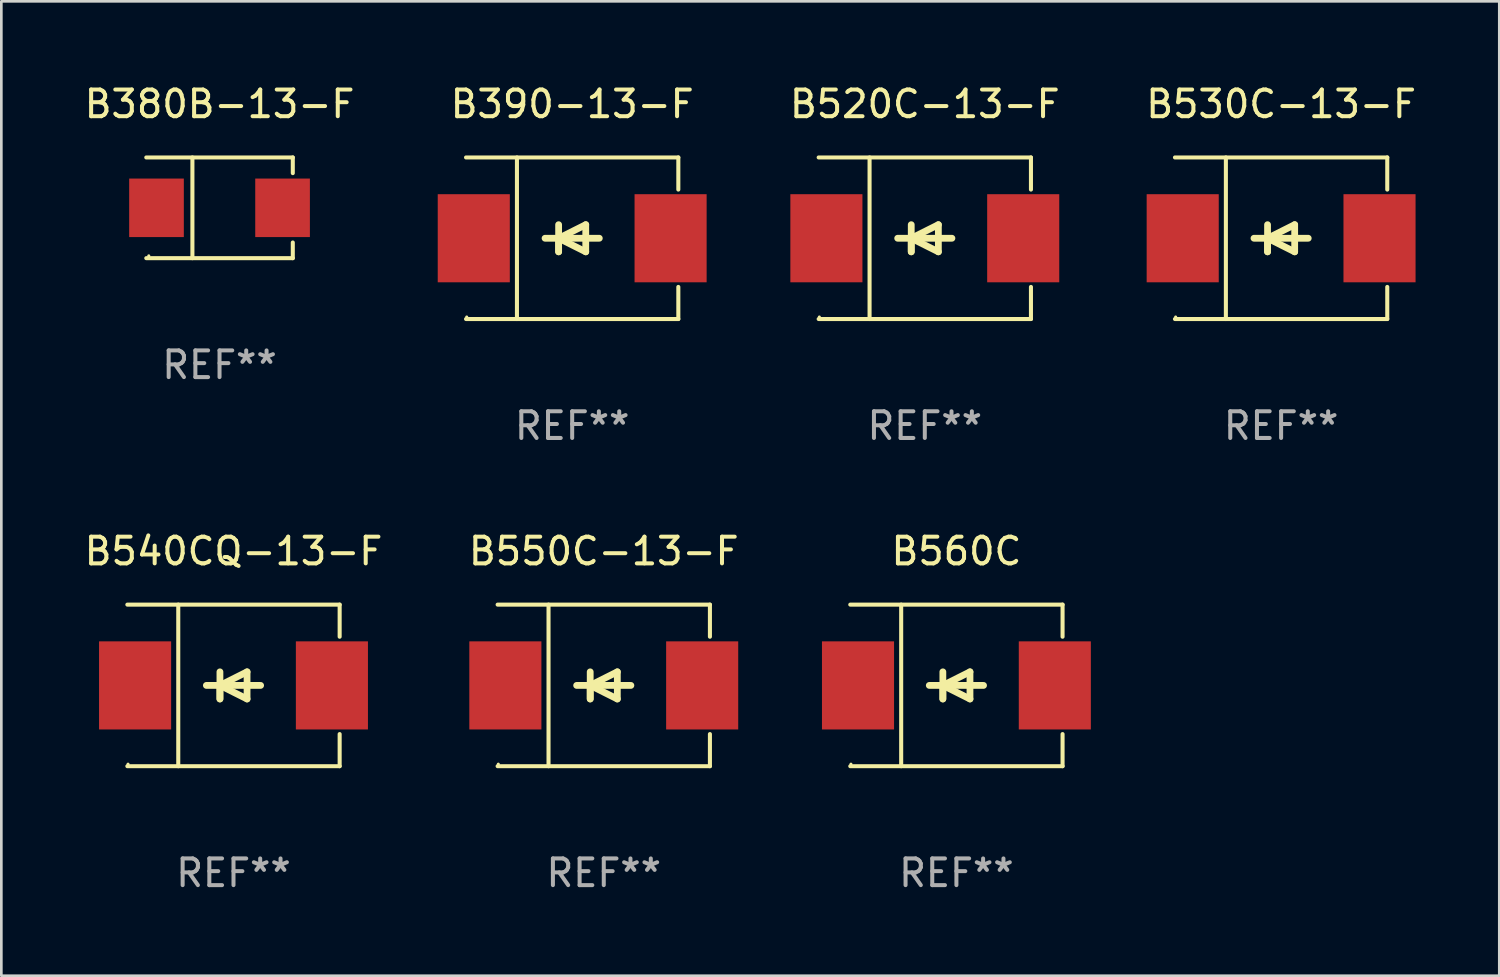
<source format=kicad_pcb>
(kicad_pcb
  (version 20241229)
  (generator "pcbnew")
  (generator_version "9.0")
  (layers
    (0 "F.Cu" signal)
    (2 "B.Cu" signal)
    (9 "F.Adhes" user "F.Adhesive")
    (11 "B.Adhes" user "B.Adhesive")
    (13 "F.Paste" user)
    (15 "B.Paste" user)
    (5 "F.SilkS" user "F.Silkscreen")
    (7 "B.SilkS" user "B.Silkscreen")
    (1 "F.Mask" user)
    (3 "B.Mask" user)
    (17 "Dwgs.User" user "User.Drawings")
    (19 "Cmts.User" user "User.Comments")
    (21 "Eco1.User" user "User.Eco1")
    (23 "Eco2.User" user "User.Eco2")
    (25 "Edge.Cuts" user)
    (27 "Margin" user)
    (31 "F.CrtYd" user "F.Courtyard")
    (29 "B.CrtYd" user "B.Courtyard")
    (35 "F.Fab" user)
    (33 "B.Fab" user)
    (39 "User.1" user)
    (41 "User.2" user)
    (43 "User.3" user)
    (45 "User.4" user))
  (footprint "B550C-13-F"
    (layer "F.Cu")
    (at 19.565 22.623)
    (property "Reference" "B550C-13-F" (at 0 -5.026 0) (layer "F.SilkS") (effects (font (size 1 1) (thickness 0.15))))
    (attr through_hole)
    (fp_line (start -3.976 -3.026) (end 3.976 -3.026) (stroke (width 0.152) (type solid)) (layer "F.SilkS"))
    (fp_line (start -3.976 3.026) (end 3.976 3.026) (stroke (width 0.152) (type solid)) (layer "F.SilkS"))
    (fp_line (start -2.069 -3.026) (end -2.069 3.026) (stroke (width 0.152) (type solid)) (layer "F.SilkS"))
    (fp_line (start -0.508 0) (end -0.508 0.508) (stroke (width 0.254) (type solid)) (layer "F.SilkS"))
    (fp_line (start -0.508 0) (end 0.508 0.508) (stroke (width 0.254) (type solid)) (layer "F.SilkS"))
    (fp_line (start -0.508 0.508) (end -0.508 -0.508) (stroke (width 0.254) (type solid)) (layer "F.SilkS"))
    (fp_line (start 0.508 -0.508) (end -0.508 0) (stroke (width 0.254) (type solid)) (layer "F.SilkS"))
    (fp_line (start 0.508 0.508) (end 0.508 -0.508) (stroke (width 0.254) (type solid)) (layer "F.SilkS"))
    (fp_line (start 1.016 0) (end -1.016 0) (stroke (width 0.254) (type solid)) (layer "F.SilkS"))
    (fp_line (start 3.976 -3.026) (end 3.976 -1.823) (stroke (width 0.152) (type solid)) (layer "F.SilkS"))
    (fp_line (start 3.976 3.026) (end 3.976 1.823) (stroke (width 0.152) (type solid)) (layer "F.SilkS"))
    (fp_circle (center -3.95 2.95) (end -3.92 2.95) (stroke (width 0.06) (type solid)) (fill no) (layer "F.SilkS"))
    (fp_text user "REF**" (at 0 7.026 0) (layer "F.Fab") (effects (font (size 1 1) (thickness 0.15))))
    (pad "1" smd rect (at -3.686 0) (size 2.7 3.3) (layers "F.Cu" "F.Mask" "F.Paste"))
    (pad "2" smd rect (at 3.686 0) (size 2.7 3.3) (layers "F.Cu" "F.Mask" "F.Paste")))
  (footprint "B560C"
    (layer "F.Cu")
    (at 32.774 22.623)
    (property "Reference" "B560C" (at 0 -5.026 0) (layer "F.SilkS") (effects (font (size 1 1) (thickness 0.15))))
    (attr through_hole)
    (fp_line (start -3.976 -3.026) (end 3.976 -3.026) (stroke (width 0.152) (type solid)) (layer "F.SilkS"))
    (fp_line (start -3.976 3.026) (end 3.976 3.026) (stroke (width 0.152) (type solid)) (layer "F.SilkS"))
    (fp_line (start -2.069 -3.026) (end -2.069 3.026) (stroke (width 0.152) (type solid)) (layer "F.SilkS"))
    (fp_line (start -0.508 0) (end -0.508 0.508) (stroke (width 0.254) (type solid)) (layer "F.SilkS"))
    (fp_line (start -0.508 0) (end 0.508 0.508) (stroke (width 0.254) (type solid)) (layer "F.SilkS"))
    (fp_line (start -0.508 0.508) (end -0.508 -0.508) (stroke (width 0.254) (type solid)) (layer "F.SilkS"))
    (fp_line (start 0.508 -0.508) (end -0.508 0) (stroke (width 0.254) (type solid)) (layer "F.SilkS"))
    (fp_line (start 0.508 0.508) (end 0.508 -0.508) (stroke (width 0.254) (type solid)) (layer "F.SilkS"))
    (fp_line (start 1.016 0) (end -1.016 0) (stroke (width 0.254) (type solid)) (layer "F.SilkS"))
    (fp_line (start 3.976 -3.026) (end 3.976 -1.823) (stroke (width 0.152) (type solid)) (layer "F.SilkS"))
    (fp_line (start 3.976 3.026) (end 3.976 1.823) (stroke (width 0.152) (type solid)) (layer "F.SilkS"))
    (fp_circle (center -3.95 2.95) (end -3.92 2.95) (stroke (width 0.06) (type solid)) (fill no) (layer "F.SilkS"))
    (fp_text user "REF**" (at 0 7.026 0) (layer "F.Fab") (effects (font (size 1 1) (thickness 0.15))))
    (pad "1" smd rect (at -3.686 0) (size 2.7 3.3) (layers "F.Cu" "F.Mask" "F.Paste"))
    (pad "2" smd rect (at 3.686 0) (size 2.7 3.3) (layers "F.Cu" "F.Mask" "F.Paste")))
  (footprint "B540CQ-13-F"
    (layer "F.Cu")
    (at 5.696 22.623)
    (property "Reference" "B540CQ-13-F" (at 0 -5.026 0) (layer "F.SilkS") (effects (font (size 1 1) (thickness 0.15))))
    (attr through_hole)
    (fp_line (start -3.976 -3.026) (end 3.976 -3.026) (stroke (width 0.152) (type solid)) (layer "F.SilkS"))
    (fp_line (start -3.976 3.026) (end 3.976 3.026) (stroke (width 0.152) (type solid)) (layer "F.SilkS"))
    (fp_line (start -2.069 -3.026) (end -2.069 3.026) (stroke (width 0.152) (type solid)) (layer "F.SilkS"))
    (fp_line (start -0.508 0) (end -0.508 0.508) (stroke (width 0.254) (type solid)) (layer "F.SilkS"))
    (fp_line (start -0.508 0) (end 0.508 0.508) (stroke (width 0.254) (type solid)) (layer "F.SilkS"))
    (fp_line (start -0.508 0.508) (end -0.508 -0.508) (stroke (width 0.254) (type solid)) (layer "F.SilkS"))
    (fp_line (start 0.508 -0.508) (end -0.508 0) (stroke (width 0.254) (type solid)) (layer "F.SilkS"))
    (fp_line (start 0.508 0.508) (end 0.508 -0.508) (stroke (width 0.254) (type solid)) (layer "F.SilkS"))
    (fp_line (start 1.016 0) (end -1.016 0) (stroke (width 0.254) (type solid)) (layer "F.SilkS"))
    (fp_line (start 3.976 -3.026) (end 3.976 -1.823) (stroke (width 0.152) (type solid)) (layer "F.SilkS"))
    (fp_line (start 3.976 3.026) (end 3.976 1.823) (stroke (width 0.152) (type solid)) (layer "F.SilkS"))
    (fp_circle (center -3.95 2.95) (end -3.92 2.95) (stroke (width 0.06) (type solid)) (fill no) (layer "F.SilkS"))
    (fp_text user "REF**" (at 0 7.026 0) (layer "F.Fab") (effects (font (size 1 1) (thickness 0.15))))
    (pad "1" smd rect (at -3.686 0) (size 2.7 3.3) (layers "F.Cu" "F.Mask" "F.Paste"))
    (pad "2" smd rect (at 3.686 0) (size 2.7 3.3) (layers "F.Cu" "F.Mask" "F.Paste")))
  (footprint "B530C-13-F"
    (layer "F.Cu")
    (at 44.936 5.874)
    (property "Reference" "B530C-13-F" (at 0 -5.026 0) (layer "F.SilkS") (effects (font (size 1 1) (thickness 0.15))))
    (attr through_hole)
    (fp_line (start -3.976 -3.026) (end 3.976 -3.026) (stroke (width 0.152) (type solid)) (layer "F.SilkS"))
    (fp_line (start -3.976 3.026) (end 3.976 3.026) (stroke (width 0.152) (type solid)) (layer "F.SilkS"))
    (fp_line (start -2.069 -3.026) (end -2.069 3.026) (stroke (width 0.152) (type solid)) (layer "F.SilkS"))
    (fp_line (start -0.508 0) (end -0.508 0.508) (stroke (width 0.254) (type solid)) (layer "F.SilkS"))
    (fp_line (start -0.508 0) (end 0.508 0.508) (stroke (width 0.254) (type solid)) (layer "F.SilkS"))
    (fp_line (start -0.508 0.508) (end -0.508 -0.508) (stroke (width 0.254) (type solid)) (layer "F.SilkS"))
    (fp_line (start 0.508 -0.508) (end -0.508 0) (stroke (width 0.254) (type solid)) (layer "F.SilkS"))
    (fp_line (start 0.508 0.508) (end 0.508 -0.508) (stroke (width 0.254) (type solid)) (layer "F.SilkS"))
    (fp_line (start 1.016 0) (end -1.016 0) (stroke (width 0.254) (type solid)) (layer "F.SilkS"))
    (fp_line (start 3.976 -3.026) (end 3.976 -1.823) (stroke (width 0.152) (type solid)) (layer "F.SilkS"))
    (fp_line (start 3.976 3.026) (end 3.976 1.823) (stroke (width 0.152) (type solid)) (layer "F.SilkS"))
    (fp_circle (center -3.95 2.95) (end -3.92 2.95) (stroke (width 0.06) (type solid)) (fill no) (layer "F.SilkS"))
    (fp_text user "REF**" (at 0 7.026 0) (layer "F.Fab") (effects (font (size 1 1) (thickness 0.15))))
    (pad "1" smd rect (at -3.686 0) (size 2.7 3.3) (layers "F.Cu" "F.Mask" "F.Paste"))
    (pad "2" smd rect (at 3.686 0) (size 2.7 3.3) (layers "F.Cu" "F.Mask" "F.Paste")))
  (footprint "B390-13-F"
    (layer "F.Cu")
    (at 18.382 5.874)
    (property "Reference" "B390-13-F" (at 0 -5.026 0) (layer "F.SilkS") (effects (font (size 1 1) (thickness 0.15))))
    (attr through_hole)
    (fp_line (start -3.976 -3.026) (end 3.976 -3.026) (stroke (width 0.152) (type solid)) (layer "F.SilkS"))
    (fp_line (start -3.976 3.026) (end 3.976 3.026) (stroke (width 0.152) (type solid)) (layer "F.SilkS"))
    (fp_line (start -2.069 -3.026) (end -2.069 3.026) (stroke (width 0.152) (type solid)) (layer "F.SilkS"))
    (fp_line (start -0.508 0) (end -0.508 0.508) (stroke (width 0.254) (type solid)) (layer "F.SilkS"))
    (fp_line (start -0.508 0) (end 0.508 0.508) (stroke (width 0.254) (type solid)) (layer "F.SilkS"))
    (fp_line (start -0.508 0.508) (end -0.508 -0.508) (stroke (width 0.254) (type solid)) (layer "F.SilkS"))
    (fp_line (start 0.508 -0.508) (end -0.508 0) (stroke (width 0.254) (type solid)) (layer "F.SilkS"))
    (fp_line (start 0.508 0.508) (end 0.508 -0.508) (stroke (width 0.254) (type solid)) (layer "F.SilkS"))
    (fp_line (start 1.016 0) (end -1.016 0) (stroke (width 0.254) (type solid)) (layer "F.SilkS"))
    (fp_line (start 3.976 -3.026) (end 3.976 -1.823) (stroke (width 0.152) (type solid)) (layer "F.SilkS"))
    (fp_line (start 3.976 3.026) (end 3.976 1.823) (stroke (width 0.152) (type solid)) (layer "F.SilkS"))
    (fp_circle (center -3.95 2.95) (end -3.92 2.95) (stroke (width 0.06) (type solid)) (fill no) (layer "F.SilkS"))
    (fp_text user "REF**" (at 0 7.026 0) (layer "F.Fab") (effects (font (size 1 1) (thickness 0.15))))
    (pad "1" smd rect (at -3.686 0) (size 2.7 3.3) (layers "F.Cu" "F.Mask" "F.Paste"))
    (pad "2" smd rect (at 3.686 0) (size 2.7 3.3) (layers "F.Cu" "F.Mask" "F.Paste")))
  (footprint "B520C-13-F"
    (layer "F.Cu")
    (at 31.59 5.874)
    (property "Reference" "B520C-13-F" (at 0 -5.026 0) (layer "F.SilkS") (effects (font (size 1 1) (thickness 0.15))))
    (attr through_hole)
    (fp_line (start -3.976 -3.026) (end 3.976 -3.026) (stroke (width 0.152) (type solid)) (layer "F.SilkS"))
    (fp_line (start -3.976 3.026) (end 3.976 3.026) (stroke (width 0.152) (type solid)) (layer "F.SilkS"))
    (fp_line (start -2.069 -3.026) (end -2.069 3.026) (stroke (width 0.152) (type solid)) (layer "F.SilkS"))
    (fp_line (start -0.508 0) (end -0.508 0.508) (stroke (width 0.254) (type solid)) (layer "F.SilkS"))
    (fp_line (start -0.508 0) (end 0.508 0.508) (stroke (width 0.254) (type solid)) (layer "F.SilkS"))
    (fp_line (start -0.508 0.508) (end -0.508 -0.508) (stroke (width 0.254) (type solid)) (layer "F.SilkS"))
    (fp_line (start 0.508 -0.508) (end -0.508 0) (stroke (width 0.254) (type solid)) (layer "F.SilkS"))
    (fp_line (start 0.508 0.508) (end 0.508 -0.508) (stroke (width 0.254) (type solid)) (layer "F.SilkS"))
    (fp_line (start 1.016 0) (end -1.016 0) (stroke (width 0.254) (type solid)) (layer "F.SilkS"))
    (fp_line (start 3.976 -3.026) (end 3.976 -1.823) (stroke (width 0.152) (type solid)) (layer "F.SilkS"))
    (fp_line (start 3.976 3.026) (end 3.976 1.823) (stroke (width 0.152) (type solid)) (layer "F.SilkS"))
    (fp_circle (center -3.95 2.95) (end -3.92 2.95) (stroke (width 0.06) (type solid)) (fill no) (layer "F.SilkS"))
    (fp_text user "REF**" (at 0 7.026 0) (layer "F.Fab") (effects (font (size 1 1) (thickness 0.15))))
    (pad "1" smd rect (at -3.686 0) (size 2.7 3.3) (layers "F.Cu" "F.Mask" "F.Paste"))
    (pad "2" smd rect (at 3.686 0) (size 2.7 3.3) (layers "F.Cu" "F.Mask" "F.Paste")))
  (footprint "B380B-13-F"
    (layer "F.Cu")
    (at 5.173 4.734)
    (property "Reference" "B380B-13-F" (at 0 -3.886 0) (layer "F.SilkS") (effects (font (size 1 1) (thickness 0.15))))
    (attr through_hole)
    (fp_line (start -2.744 -1.886) (end 2.744 -1.886) (stroke (width 0.152) (type solid)) (layer "F.SilkS"))
    (fp_line (start -2.744 1.886) (end 2.744 1.886) (stroke (width 0.152) (type solid)) (layer "F.SilkS"))
    (fp_line (start -1.016 -1.886) (end -1.016 1.886) (stroke (width 0.152) (type solid)) (layer "F.SilkS"))
    (fp_line (start 2.744 -1.886) (end 2.744 -1.299) (stroke (width 0.152) (type solid)) (layer "F.SilkS"))
    (fp_line (start 2.744 1.886) (end 2.744 1.299) (stroke (width 0.152) (type solid)) (layer "F.SilkS"))
    (fp_circle (center -2.65 1.8) (end -2.62 1.8) (stroke (width 0.06) (type solid)) (fill no) (layer "F.SilkS"))
    (fp_text user "REF**" (at 0 5.886 0) (layer "F.Fab") (effects (font (size 1 1) (thickness 0.15))))
    (pad "1" smd rect (at -2.361 0) (size 2.047 2.192) (layers "F.Cu" "F.Mask" "F.Paste"))
    (pad "2" smd rect (at 2.361 0) (size 2.047 2.192) (layers "F.Cu" "F.Mask" "F.Paste")))
  (gr_rect
    (start -3 -3)
    (end 53.108 33.498)
    (stroke (width 0.1) (type default))
    (fill no)
    (layer "Edge.Cuts")))
</source>
